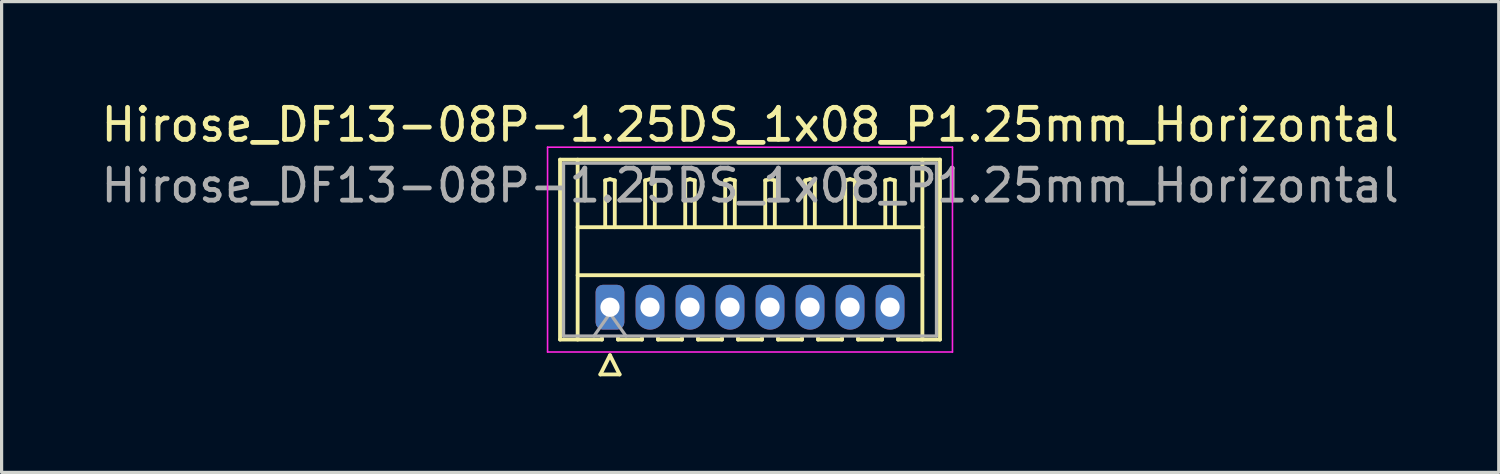
<source format=kicad_pcb>
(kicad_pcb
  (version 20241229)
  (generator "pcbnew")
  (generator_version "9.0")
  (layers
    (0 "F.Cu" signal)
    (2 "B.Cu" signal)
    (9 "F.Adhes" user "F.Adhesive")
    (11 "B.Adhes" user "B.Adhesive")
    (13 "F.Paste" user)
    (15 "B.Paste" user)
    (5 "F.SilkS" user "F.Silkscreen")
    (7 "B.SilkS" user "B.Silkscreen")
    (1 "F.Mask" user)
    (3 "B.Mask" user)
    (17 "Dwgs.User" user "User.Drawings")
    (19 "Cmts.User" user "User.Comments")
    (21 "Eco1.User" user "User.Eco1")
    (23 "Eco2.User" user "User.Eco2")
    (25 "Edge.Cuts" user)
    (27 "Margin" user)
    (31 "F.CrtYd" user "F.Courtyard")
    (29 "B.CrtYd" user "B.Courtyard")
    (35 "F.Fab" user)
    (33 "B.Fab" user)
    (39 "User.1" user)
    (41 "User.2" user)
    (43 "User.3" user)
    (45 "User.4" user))
  (footprint "Hirose_DF13-08P-1.25DS_1x08_P1.25mm_Horizontal"
    (layer "F.Cu")
    (at 16.007 6.548)
    (property "Reference" "Hirose_DF13-08P-1.25DS_1x08_P1.25mm_Horizontal" (at 4.38 -5.7 0) (layer "F.SilkS") (effects (font (size 1 1) (thickness 0.15))))
    (attr through_hole)
    (fp_line (start -1.56 -4.61) (end 10.31 -4.61) (stroke (width 0.12) (type solid)) (layer "F.SilkS"))
    (fp_line (start -1.56 1.01) (end -1.56 -4.61) (stroke (width 0.12) (type solid)) (layer "F.SilkS"))
    (fp_line (start -1.01 -4.61) (end -1.01 1.01) (stroke (width 0.12) (type solid)) (layer "F.SilkS"))
    (fp_line (start -1.01 -2.5) (end 9.76 -2.5) (stroke (width 0.12) (type solid)) (layer "F.SilkS"))
    (fp_line (start -1.01 -1) (end 9.76 -1) (stroke (width 0.12) (type solid)) (layer "F.SilkS"))
    (fp_line (start -0.3 2.1) (end 0.3 2.1) (stroke (width 0.12) (type solid)) (layer "F.SilkS"))
    (fp_line (start -0.25 0.96) (end -0.25 1.01) (stroke (width 0.12) (type solid)) (layer "F.SilkS"))
    (fp_line (start -0.25 1.01) (end -1.56 1.01) (stroke (width 0.12) (type solid)) (layer "F.SilkS"))
    (fp_line (start -0.15 -3.962) (end 0 -4) (stroke (width 0.12) (type solid)) (layer "F.SilkS"))
    (fp_line (start -0.15 -2.5) (end -0.15 -3.962) (stroke (width 0.12) (type solid)) (layer "F.SilkS"))
    (fp_line (start 0 -4) (end 0.15 -3.962) (stroke (width 0.12) (type solid)) (layer "F.SilkS"))
    (fp_line (start 0 1.5) (end -0.3 2.1) (stroke (width 0.12) (type solid)) (layer "F.SilkS"))
    (fp_line (start 0.15 -3.962) (end 0.15 -2.5) (stroke (width 0.12) (type solid)) (layer "F.SilkS"))
    (fp_line (start 0.25 0.96) (end 0.25 1.01) (stroke (width 0.12) (type solid)) (layer "F.SilkS"))
    (fp_line (start 0.25 1.01) (end 1 1.01) (stroke (width 0.12) (type solid)) (layer "F.SilkS"))
    (fp_line (start 0.3 2.1) (end 0 1.5) (stroke (width 0.12) (type solid)) (layer "F.SilkS"))
    (fp_line (start 1 1.01) (end 1 0.96) (stroke (width 0.12) (type solid)) (layer "F.SilkS"))
    (fp_line (start 1.1 -3.962) (end 1.25 -4) (stroke (width 0.12) (type solid)) (layer "F.SilkS"))
    (fp_line (start 1.1 -2.5) (end 1.1 -3.962) (stroke (width 0.12) (type solid)) (layer "F.SilkS"))
    (fp_line (start 1.25 -4) (end 1.4 -3.962) (stroke (width 0.12) (type solid)) (layer "F.SilkS"))
    (fp_line (start 1.4 -3.962) (end 1.4 -2.5) (stroke (width 0.12) (type solid)) (layer "F.SilkS"))
    (fp_line (start 1.5 0.96) (end 1.5 1.01) (stroke (width 0.12) (type solid)) (layer "F.SilkS"))
    (fp_line (start 1.5 1.01) (end 2.25 1.01) (stroke (width 0.12) (type solid)) (layer "F.SilkS"))
    (fp_line (start 2.25 1.01) (end 2.25 0.96) (stroke (width 0.12) (type solid)) (layer "F.SilkS"))
    (fp_line (start 2.35 -3.962) (end 2.5 -4) (stroke (width 0.12) (type solid)) (layer "F.SilkS"))
    (fp_line (start 2.35 -2.5) (end 2.35 -3.962) (stroke (width 0.12) (type solid)) (layer "F.SilkS"))
    (fp_line (start 2.5 -4) (end 2.65 -3.962) (stroke (width 0.12) (type solid)) (layer "F.SilkS"))
    (fp_line (start 2.65 -3.962) (end 2.65 -2.5) (stroke (width 0.12) (type solid)) (layer "F.SilkS"))
    (fp_line (start 2.75 0.96) (end 2.75 1.01) (stroke (width 0.12) (type solid)) (layer "F.SilkS"))
    (fp_line (start 2.75 1.01) (end 3.5 1.01) (stroke (width 0.12) (type solid)) (layer "F.SilkS"))
    (fp_line (start 3.5 1.01) (end 3.5 0.96) (stroke (width 0.12) (type solid)) (layer "F.SilkS"))
    (fp_line (start 3.6 -3.962) (end 3.75 -4) (stroke (width 0.12) (type solid)) (layer "F.SilkS"))
    (fp_line (start 3.6 -2.5) (end 3.6 -3.962) (stroke (width 0.12) (type solid)) (layer "F.SilkS"))
    (fp_line (start 3.75 -4) (end 3.9 -3.962) (stroke (width 0.12) (type solid)) (layer "F.SilkS"))
    (fp_line (start 3.9 -3.962) (end 3.9 -2.5) (stroke (width 0.12) (type solid)) (layer "F.SilkS"))
    (fp_line (start 4 0.96) (end 4 1.01) (stroke (width 0.12) (type solid)) (layer "F.SilkS"))
    (fp_line (start 4 1.01) (end 4.75 1.01) (stroke (width 0.12) (type solid)) (layer "F.SilkS"))
    (fp_line (start 4.75 1.01) (end 4.75 0.96) (stroke (width 0.12) (type solid)) (layer "F.SilkS"))
    (fp_line (start 4.85 -3.962) (end 5 -4) (stroke (width 0.12) (type solid)) (layer "F.SilkS"))
    (fp_line (start 4.85 -2.5) (end 4.85 -3.962) (stroke (width 0.12) (type solid)) (layer "F.SilkS"))
    (fp_line (start 5 -4) (end 5.15 -3.962) (stroke (width 0.12) (type solid)) (layer "F.SilkS"))
    (fp_line (start 5.15 -3.962) (end 5.15 -2.5) (stroke (width 0.12) (type solid)) (layer "F.SilkS"))
    (fp_line (start 5.25 0.96) (end 5.25 1.01) (stroke (width 0.12) (type solid)) (layer "F.SilkS"))
    (fp_line (start 5.25 1.01) (end 6 1.01) (stroke (width 0.12) (type solid)) (layer "F.SilkS"))
    (fp_line (start 6 1.01) (end 6 0.96) (stroke (width 0.12) (type solid)) (layer "F.SilkS"))
    (fp_line (start 6.1 -3.962) (end 6.25 -4) (stroke (width 0.12) (type solid)) (layer "F.SilkS"))
    (fp_line (start 6.1 -2.5) (end 6.1 -3.962) (stroke (width 0.12) (type solid)) (layer "F.SilkS"))
    (fp_line (start 6.25 -4) (end 6.4 -3.962) (stroke (width 0.12) (type solid)) (layer "F.SilkS"))
    (fp_line (start 6.4 -3.962) (end 6.4 -2.5) (stroke (width 0.12) (type solid)) (layer "F.SilkS"))
    (fp_line (start 6.5 0.96) (end 6.5 1.01) (stroke (width 0.12) (type solid)) (layer "F.SilkS"))
    (fp_line (start 6.5 1.01) (end 7.25 1.01) (stroke (width 0.12) (type solid)) (layer "F.SilkS"))
    (fp_line (start 7.25 1.01) (end 7.25 0.96) (stroke (width 0.12) (type solid)) (layer "F.SilkS"))
    (fp_line (start 7.35 -3.962) (end 7.5 -4) (stroke (width 0.12) (type solid)) (layer "F.SilkS"))
    (fp_line (start 7.35 -2.5) (end 7.35 -3.962) (stroke (width 0.12) (type solid)) (layer "F.SilkS"))
    (fp_line (start 7.5 -4) (end 7.65 -3.962) (stroke (width 0.12) (type solid)) (layer "F.SilkS"))
    (fp_line (start 7.65 -3.962) (end 7.65 -2.5) (stroke (width 0.12) (type solid)) (layer "F.SilkS"))
    (fp_line (start 7.75 0.96) (end 7.75 1.01) (stroke (width 0.12) (type solid)) (layer "F.SilkS"))
    (fp_line (start 7.75 1.01) (end 8.5 1.01) (stroke (width 0.12) (type solid)) (layer "F.SilkS"))
    (fp_line (start 8.5 1.01) (end 8.5 0.96) (stroke (width 0.12) (type solid)) (layer "F.SilkS"))
    (fp_line (start 8.6 -3.962) (end 8.75 -4) (stroke (width 0.12) (type solid)) (layer "F.SilkS"))
    (fp_line (start 8.6 -2.5) (end 8.6 -3.962) (stroke (width 0.12) (type solid)) (layer "F.SilkS"))
    (fp_line (start 8.75 -4) (end 8.9 -3.962) (stroke (width 0.12) (type solid)) (layer "F.SilkS"))
    (fp_line (start 8.9 -3.962) (end 8.9 -2.5) (stroke (width 0.12) (type solid)) (layer "F.SilkS"))
    (fp_line (start 9 1.01) (end 9 0.96) (stroke (width 0.12) (type solid)) (layer "F.SilkS"))
    (fp_line (start 9.76 -4.61) (end 9.76 1.01) (stroke (width 0.12) (type solid)) (layer "F.SilkS"))
    (fp_line (start 10.31 -4.61) (end 10.31 1.01) (stroke (width 0.12) (type solid)) (layer "F.SilkS"))
    (fp_line (start 10.31 1.01) (end 9 1.01) (stroke (width 0.12) (type solid)) (layer "F.SilkS"))
    (fp_line (start -1.95 -5) (end -1.95 1.4) (stroke (width 0.05) (type solid)) (layer "F.CrtYd"))
    (fp_line (start -1.95 1.4) (end 10.7 1.4) (stroke (width 0.05) (type solid)) (layer "F.CrtYd"))
    (fp_line (start 10.7 -5) (end -1.95 -5) (stroke (width 0.05) (type solid)) (layer "F.CrtYd"))
    (fp_line (start 10.7 1.4) (end 10.7 -5) (stroke (width 0.05) (type solid)) (layer "F.CrtYd"))
    (fp_line (start -1.45 -4.5) (end -1.45 0.9) (stroke (width 0.1) (type solid)) (layer "F.Fab"))
    (fp_line (start -1.45 0.9) (end 10.2 0.9) (stroke (width 0.1) (type solid)) (layer "F.Fab"))
    (fp_line (start -0.5 0.9) (end 0 0.193) (stroke (width 0.1) (type solid)) (layer "F.Fab"))
    (fp_line (start 0 0.193) (end 0.5 0.9) (stroke (width 0.1) (type solid)) (layer "F.Fab"))
    (fp_line (start 10.2 -4.5) (end -1.45 -4.5) (stroke (width 0.1) (type solid)) (layer "F.Fab"))
    (fp_line (start 10.2 0.9) (end 10.2 -4.5) (stroke (width 0.1) (type solid)) (layer "F.Fab"))
    (fp_text user "${REFERENCE}" (at 4.38 -3.8 0) (layer "F.Fab") (effects (font (size 1 1) (thickness 0.15))))
    (pad "1" thru_hole roundrect (at 0 0) (size 0.9 1.4) (drill 0.6) (layers "*.Cu" "*.Mask") (roundrect_rratio 0.25))
    (pad "2" thru_hole oval (at 1.25 0) (size 0.9 1.4) (drill 0.6) (layers "*.Cu" "*.Mask"))
    (pad "3" thru_hole oval (at 2.5 0) (size 0.9 1.4) (drill 0.6) (layers "*.Cu" "*.Mask"))
    (pad "4" thru_hole oval (at 3.75 0) (size 0.9 1.4) (drill 0.6) (layers "*.Cu" "*.Mask"))
    (pad "5" thru_hole oval (at 5 0) (size 0.9 1.4) (drill 0.6) (layers "*.Cu" "*.Mask"))
    (pad "6" thru_hole oval (at 6.25 0) (size 0.9 1.4) (drill 0.6) (layers "*.Cu" "*.Mask"))
    (pad "7" thru_hole oval (at 7.5 0) (size 0.9 1.4) (drill 0.6) (layers "*.Cu" "*.Mask"))
    (pad "8" thru_hole oval (at 8.75 0) (size 0.9 1.4) (drill 0.6) (layers "*.Cu" "*.Mask")))
  (gr_rect
    (start -3 -3)
    (end 43.774 11.708)
    (stroke (width 0.1) (type default))
    (fill no)
    (layer "Edge.Cuts")))
</source>
